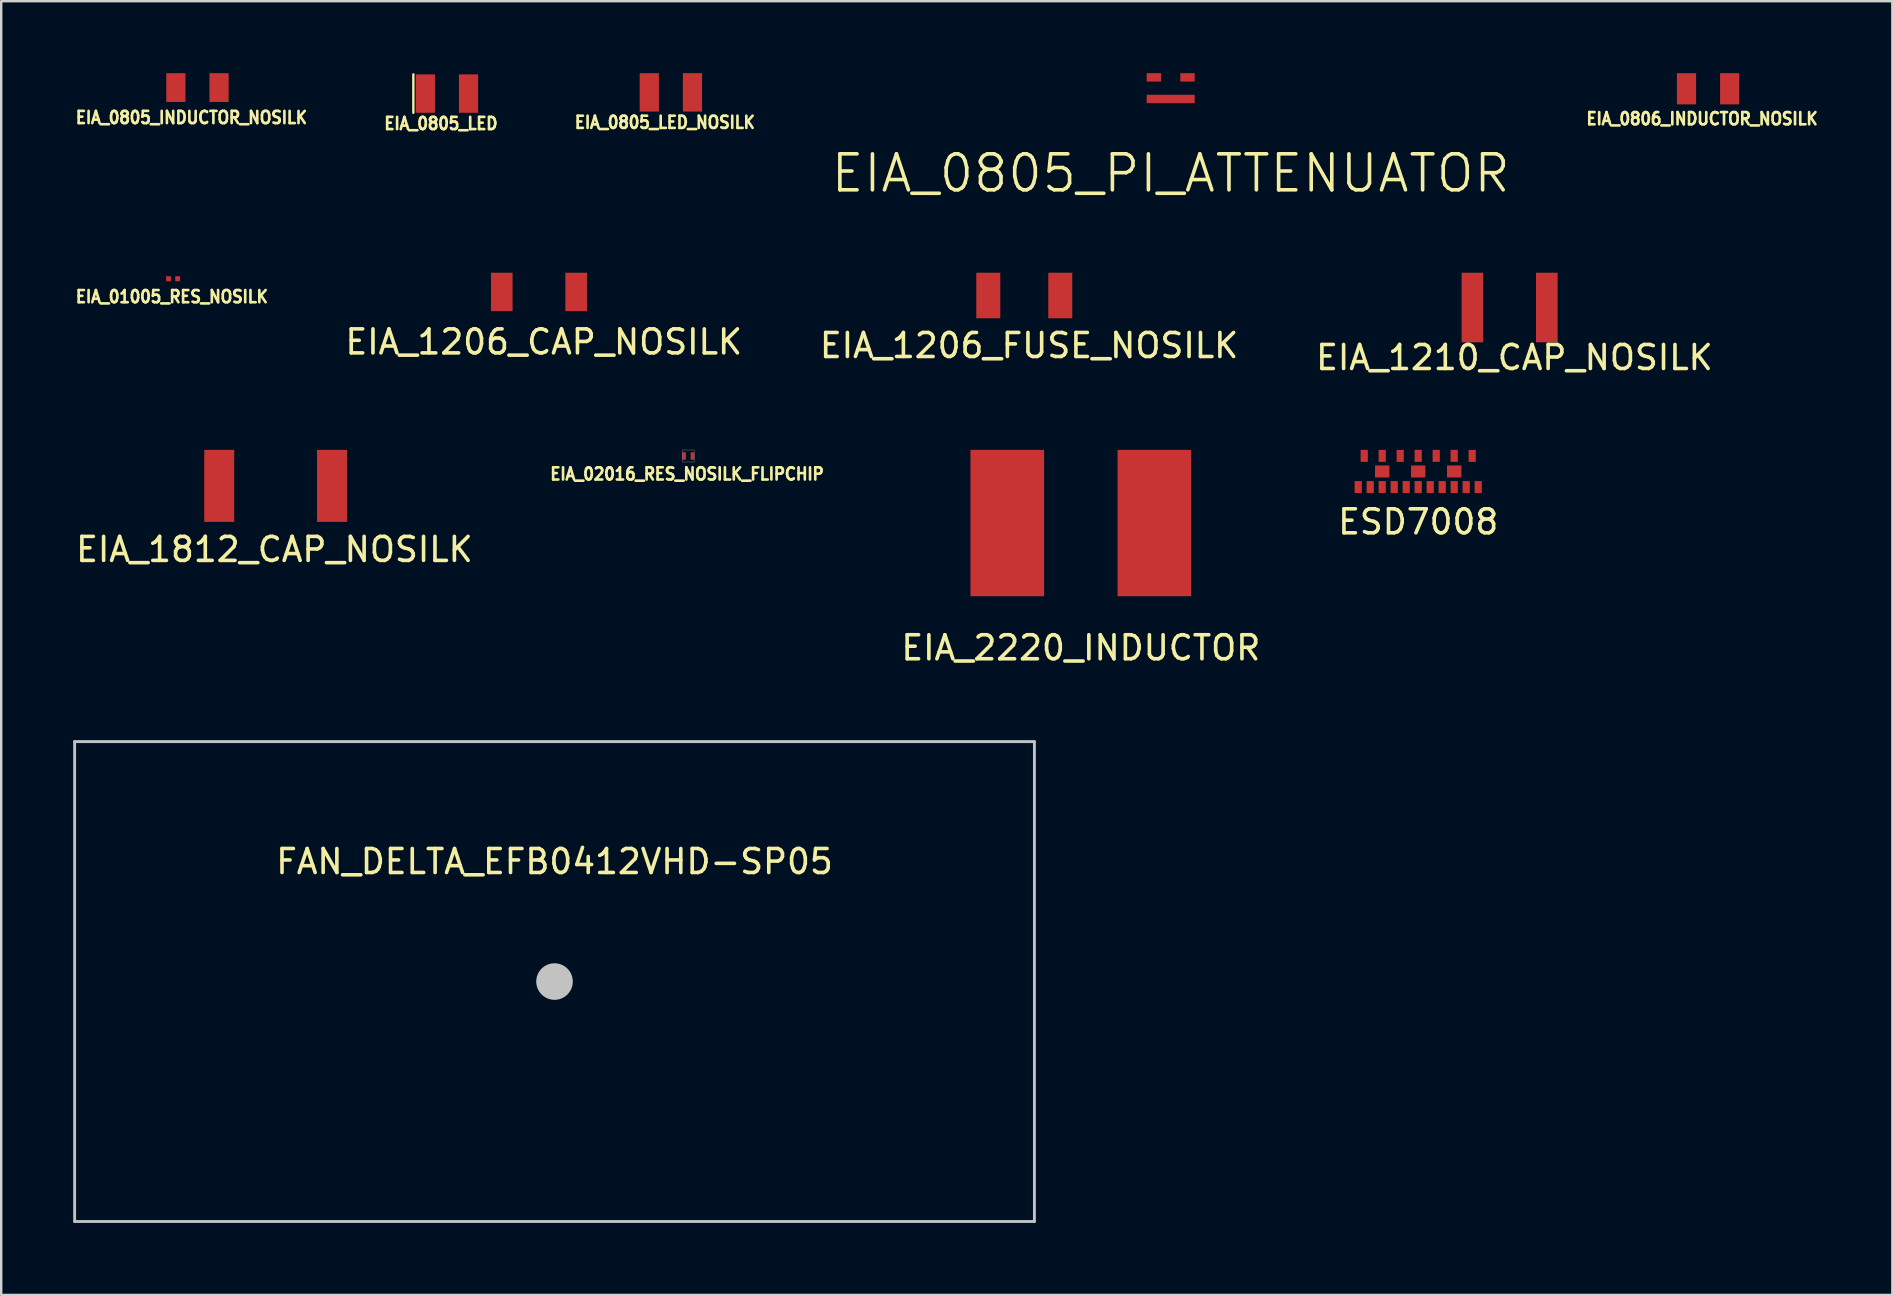
<source format=kicad_pcb>
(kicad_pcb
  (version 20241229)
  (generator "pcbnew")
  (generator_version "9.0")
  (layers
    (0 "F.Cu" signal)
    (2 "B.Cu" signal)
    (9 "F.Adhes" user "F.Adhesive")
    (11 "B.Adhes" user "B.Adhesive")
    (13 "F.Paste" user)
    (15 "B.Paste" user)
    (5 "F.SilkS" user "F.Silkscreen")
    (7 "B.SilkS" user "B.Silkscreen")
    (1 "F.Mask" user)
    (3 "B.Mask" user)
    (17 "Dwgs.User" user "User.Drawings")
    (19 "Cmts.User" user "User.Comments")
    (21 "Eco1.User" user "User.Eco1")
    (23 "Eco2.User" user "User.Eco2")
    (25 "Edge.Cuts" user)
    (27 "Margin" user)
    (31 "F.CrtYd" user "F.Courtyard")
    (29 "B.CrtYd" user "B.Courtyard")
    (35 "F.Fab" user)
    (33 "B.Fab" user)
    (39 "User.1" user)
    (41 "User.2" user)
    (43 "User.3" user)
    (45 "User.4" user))
  (footprint "EIA_2220_INDUCTOR"
    (layer "F.Cu")
    (at 41.995 18.749)
    (property "Reference" "EIA_2220_INDUCTOR" (at 0 5.2 0) (layer "F.SilkS") (effects (font (size 1 1) (thickness 0.15))))
    (attr through_hole)
    (pad "1" smd rect (at -3.065 0) (size 3.07 6.1) (layers "F.Cu" "F.Mask" "F.Paste"))
    (pad "2" smd rect (at 3.065 0) (size 3.07 6.1) (layers "F.Cu" "F.Mask" "F.Paste")))
  (footprint "EIA_0805_INDUCTOR_NOSILK"
    (layer "F.Cu")
    (at 5.179 0.6)
    (property "Reference" "EIA_0805_INDUCTOR_NOSILK" (at -0.25 1.25 0) (layer "F.SilkS") (effects (font (size 0.508 0.457) (thickness 0.11))))
    (attr through_hole)
    (pad "1" smd rect (at -0.9 0) (size 0.8 1.2) (layers "F.Cu" "F.Mask" "F.Paste"))
    (pad "2" smd rect (at 0.9 0) (size 0.8 1.2) (layers "F.Cu" "F.Mask" "F.Paste")))
  (footprint "EIA_0806_INDUCTOR_NOSILK"
    (layer "F.Cu")
    (at 68.136 0.65)
    (property "Reference" "EIA_0806_INDUCTOR_NOSILK" (at -0.25 1.25 0) (layer "F.SilkS") (effects (font (size 0.508 0.457) (thickness 0.11))))
    (attr through_hole)
    (pad "1" smd rect (at -0.9 0) (size 0.8 1.3) (layers "F.Cu" "F.Mask" "F.Paste"))
    (pad "2" smd rect (at 0.9 0) (size 0.8 1.3) (layers "F.Cu" "F.Mask" "F.Paste")))
  (footprint "ESD7008"
    (layer "F.Cu")
    (at 56.055 16.599)
    (property "Reference" "ESD7008" (at 0 2.1 0) (layer "F.SilkS") (effects (font (size 1 1) (thickness 0.15))))
    (attr through_hole)
    (pad "1" smd rect (at -2.5 0.65) (size 0.3 0.5) (layers "F.Cu" "F.Mask" "F.Paste"))
    (pad "2" smd rect (at -2 0.65) (size 0.3 0.5) (layers "F.Cu" "F.Mask" "F.Paste"))
    (pad "3" smd rect (at -1.5 0.65) (size 0.3 0.5) (layers "F.Cu" "F.Mask" "F.Paste"))
    (pad "4" smd rect (at -1 0.65) (size 0.3 0.5) (layers "F.Cu" "F.Mask" "F.Paste"))
    (pad "5" smd rect (at -0.5 0.65) (size 0.3 0.5) (layers "F.Cu" "F.Mask" "F.Paste"))
    (pad "6" smd rect (at 0 0.65) (size 0.3 0.5) (layers "F.Cu" "F.Mask" "F.Paste"))
    (pad "7" smd rect (at 0.5 0.65) (size 0.3 0.5) (layers "F.Cu" "F.Mask" "F.Paste"))
    (pad "8" smd rect (at 1 0.65) (size 0.3 0.5) (layers "F.Cu" "F.Mask" "F.Paste"))
    (pad "9" smd rect (at 1.5 0.65) (size 0.3 0.5) (layers "F.Cu" "F.Mask" "F.Paste"))
    (pad "10" smd rect (at 2 0.65) (size 0.3 0.5) (layers "F.Cu" "F.Mask" "F.Paste"))
    (pad "11" smd rect (at 2.5 0.65) (size 0.3 0.5) (layers "F.Cu" "F.Mask" "F.Paste"))
    (pad "12" smd rect (at 2.25 -0.65) (size 0.3 0.5) (layers "F.Cu" "F.Mask" "F.Paste"))
    (pad "13" smd rect (at 1.5 -0.65) (size 0.3 0.5) (layers "F.Cu" "F.Mask" "F.Paste"))
    (pad "14" smd rect (at 0.75 -0.65) (size 0.3 0.5) (layers "F.Cu" "F.Mask" "F.Paste"))
    (pad "15" smd rect (at 0 -0.65) (size 0.3 0.5) (layers "F.Cu" "F.Mask" "F.Paste"))
    (pad "16" smd rect (at -0.75 -0.65) (size 0.3 0.5) (layers "F.Cu" "F.Mask" "F.Paste"))
    (pad "17" smd rect (at -1.5 -0.65) (size 0.3 0.5) (layers "F.Cu" "F.Mask" "F.Paste"))
    (pad "18" smd rect (at -2.25 -0.65) (size 0.3 0.5) (layers "F.Cu" "F.Mask" "F.Paste"))
    (pad "~" smd rect (at -1.5 0) (size 0.6 0.5) (layers "F.Cu" "F.Mask" "F.Paste"))
    (pad "~" smd rect (at 0 0) (size 0.6 0.5) (layers "F.Cu" "F.Mask" "F.Paste"))
    (pad "~" smd rect (at 1.5 0) (size 0.6 0.5) (layers "F.Cu" "F.Mask" "F.Paste")))
  (footprint "EIA_0805_LED_NOSILK"
    (layer "F.Cu")
    (at 24.909 0.8)
    (property "Reference" "EIA_0805_LED_NOSILK" (at -0.25 1.25 0) (layer "F.SilkS") (effects (font (size 0.508 0.457) (thickness 0.11))))
    (attr smd)
    (pad "1" smd rect (at -0.9 0) (size 0.8 1.6) (layers "F.Cu" "F.Mask" "F.Paste"))
    (pad "2" smd rect (at 0.9 0) (size 0.8 1.6) (layers "F.Cu" "F.Mask" "F.Paste")))
  (footprint "EIA_1210_CAP_NOSILK"
    (layer "F.Cu")
    (at 59.865 9.751)
    (property "Reference" "EIA_1210_CAP_NOSILK" (at 0.2 2.1 0) (layer "F.SilkS") (effects (font (size 1 1) (thickness 0.15))))
    (attr through_hole)
    (pad "1" smd rect (at -1.55 0.015) (size 0.9 2.9) (layers "F.Cu" "F.Mask" "F.Paste"))
    (pad "2" smd rect (at 1.55 0.015) (size 0.9 2.9) (layers "F.Cu" "F.Mask" "F.Paste")))
  (footprint "EIA_0805_PI_ATTENUATOR"
    (layer "F.Cu")
    (at 45.739 0.625)
    (property "Reference" "EIA_0805_PI_ATTENUATOR" (at 0 3.55 0) (layer "F.SilkS") (effects (font (size 1.5 1.5) (thickness 0.15))))
    (attr smd)
    (pad "1" smd rect (at -0.7 -0.45) (size 0.6 0.35) (layers "F.Cu" "F.Mask" "F.Paste"))
    (pad "2" smd rect (at 0.7 -0.45) (size 0.6 0.35) (layers "F.Cu" "F.Mask" "F.Paste"))
    (pad "3" smd rect (at 0 0.45) (size 2 0.35) (layers "F.Cu" "F.Mask" "F.Paste")))
  (footprint "EIA_1206_FUSE_NOSILK"
    (layer "F.Cu")
    (at 39.638 9.251)
    (property "Reference" "EIA_1206_FUSE_NOSILK" (at 0.2 2.1 0) (layer "F.SilkS") (effects (font (size 1 1) (thickness 0.15))))
    (attr through_hole)
    (pad "1" smd rect (at -1.5 0.015) (size 1 1.9) (layers "F.Cu" "F.Mask" "F.Paste"))
    (pad "2" smd rect (at 1.5 0.015) (size 1 1.9) (layers "F.Cu" "F.Mask" "F.Paste")))
  (footprint "FAN_DELTA_EFB0412VHD-SP05"
    (layer "F.Cu")
    (at 20.06 37.857)
    (property "Reference" "FAN_DELTA_EFB0412VHD-SP05" (at 0 -5 0) (layer "F.SilkS") (effects (font (size 1 1) (thickness 0.15))))
    (attr through_hole)
    (fp_line (start -20 -10) (end -20 10) (stroke (width 0.12) (type solid)) (layer "Dwgs.User"))
    (fp_line (start -20 10) (end 20 10) (stroke (width 0.12) (type solid)) (layer "Dwgs.User"))
    (fp_line (start 20 -10) (end -20 -10) (stroke (width 0.12) (type solid)) (layer "Dwgs.User"))
    (fp_line (start 20 10) (end 20 -10) (stroke (width 0.12) (type solid)) (layer "Dwgs.User"))
    (pad "" smd circle (at 0 0) (size 1.524 1.524) (layers "Dwgs.User")))
  (footprint "EIA_1206_CAP_NOSILK"
    (layer "F.Cu")
    (at 19.412 9.101)
    (property "Reference" "EIA_1206_CAP_NOSILK" (at 0.2 2.1 0) (layer "F.SilkS") (effects (font (size 1 1) (thickness 0.15))))
    (attr smd)
    (pad "1" smd rect (at -1.55 0.015) (size 0.9 1.6) (layers "F.Cu" "F.Mask" "F.Paste"))
    (pad "2" smd rect (at 1.55 0.015) (size 0.9 1.6) (layers "F.Cu" "F.Mask" "F.Paste")))
  (footprint "EIA_01005_RES_NOSILK"
    (layer "F.Cu")
    (at 4.163 8.566)
    (property "Reference" "EIA_01005_RES_NOSILK" (at -0.05 0.75 0) (layer "F.SilkS") (effects (font (size 0.508 0.457) (thickness 0.11))))
    (attr smd)
    (pad "1" smd rect (at -0.19 0) (size 0.2 0.21) (layers "F.Cu" "F.Mask" "F.Paste"))
    (pad "2" smd rect (at 0.19 0) (size 0.2 0.21) (layers "F.Cu" "F.Mask" "F.Paste")))
  (footprint "EIA_02016_RES_NOSILK_FLIPCHIP"
    (layer "F.Cu")
    (at 25.634 15.954)
    (property "Reference" "EIA_02016_RES_NOSILK_FLIPCHIP" (at -0.05 0.75 0) (layer "F.SilkS") (effects (font (size 0.508 0.457) (thickness 0.11))))
    (attr smd)
    (fp_line (start -0.25 -0.25) (end -0.25 0.25) (stroke (width 0.01) (type solid)) (layer "Dwgs.User"))
    (fp_line (start -0.25 -0.25) (end 0.25 -0.25) (stroke (width 0.01) (type solid)) (layer "Dwgs.User"))
    (fp_line (start 0.25 -0.25) (end 0.25 0.25) (stroke (width 0.01) (type solid)) (layer "Dwgs.User"))
    (fp_line (start 0.25 0.25) (end -0.25 0.25) (stroke (width 0.01) (type solid)) (layer "Dwgs.User"))
    (pad "1" smd rect (at -0.175 0) (size 0.15 0.31) (layers "F.Cu" "F.Mask" "F.Paste"))
    (pad "2" smd rect (at 0.175 0) (size 0.15 0.31) (layers "F.Cu" "F.Mask" "F.Paste")))
  (footprint "EIA_1812_CAP_NOSILK"
    (layer "F.Cu")
    (at 8.437 17.199)
    (property "Reference" "EIA_1812_CAP_NOSILK" (at -0.05 2.65 0) (layer "F.SilkS") (effects (font (size 1 1) (thickness 0.15))))
    (attr through_hole)
    (pad "1" smd rect (at -2.35 0) (size 1.25 3) (layers "F.Cu" "F.Mask" "F.Paste"))
    (pad "2" smd rect (at 2.35 0) (size 1.25 3) (layers "F.Cu" "F.Mask" "F.Paste")))
  (footprint "EIA_0805_LED"
    (layer "F.Cu")
    (at 15.577 0.85)
    (property "Reference" "EIA_0805_LED" (at -0.25 1.25 0) (layer "F.SilkS") (effects (font (size 0.508 0.457) (thickness 0.11))))
    (attr smd)
    (fp_line (start -1.4 -0.8) (end -1.4 0.8) (stroke (width 0.1) (type solid)) (layer "F.SilkS"))
    (pad "1" smd rect (at -0.9 0) (size 0.8 1.6) (layers "F.Cu" "F.Mask" "F.Paste"))
    (pad "2" smd rect (at 0.9 0) (size 0.8 1.6) (layers "F.Cu" "F.Mask" "F.Paste")))
  (gr_rect
    (start -3 -3)
    (end 75.814 50.917)
    (stroke (width 0.1) (type default))
    (fill no)
    (layer "Edge.Cuts")))
</source>
